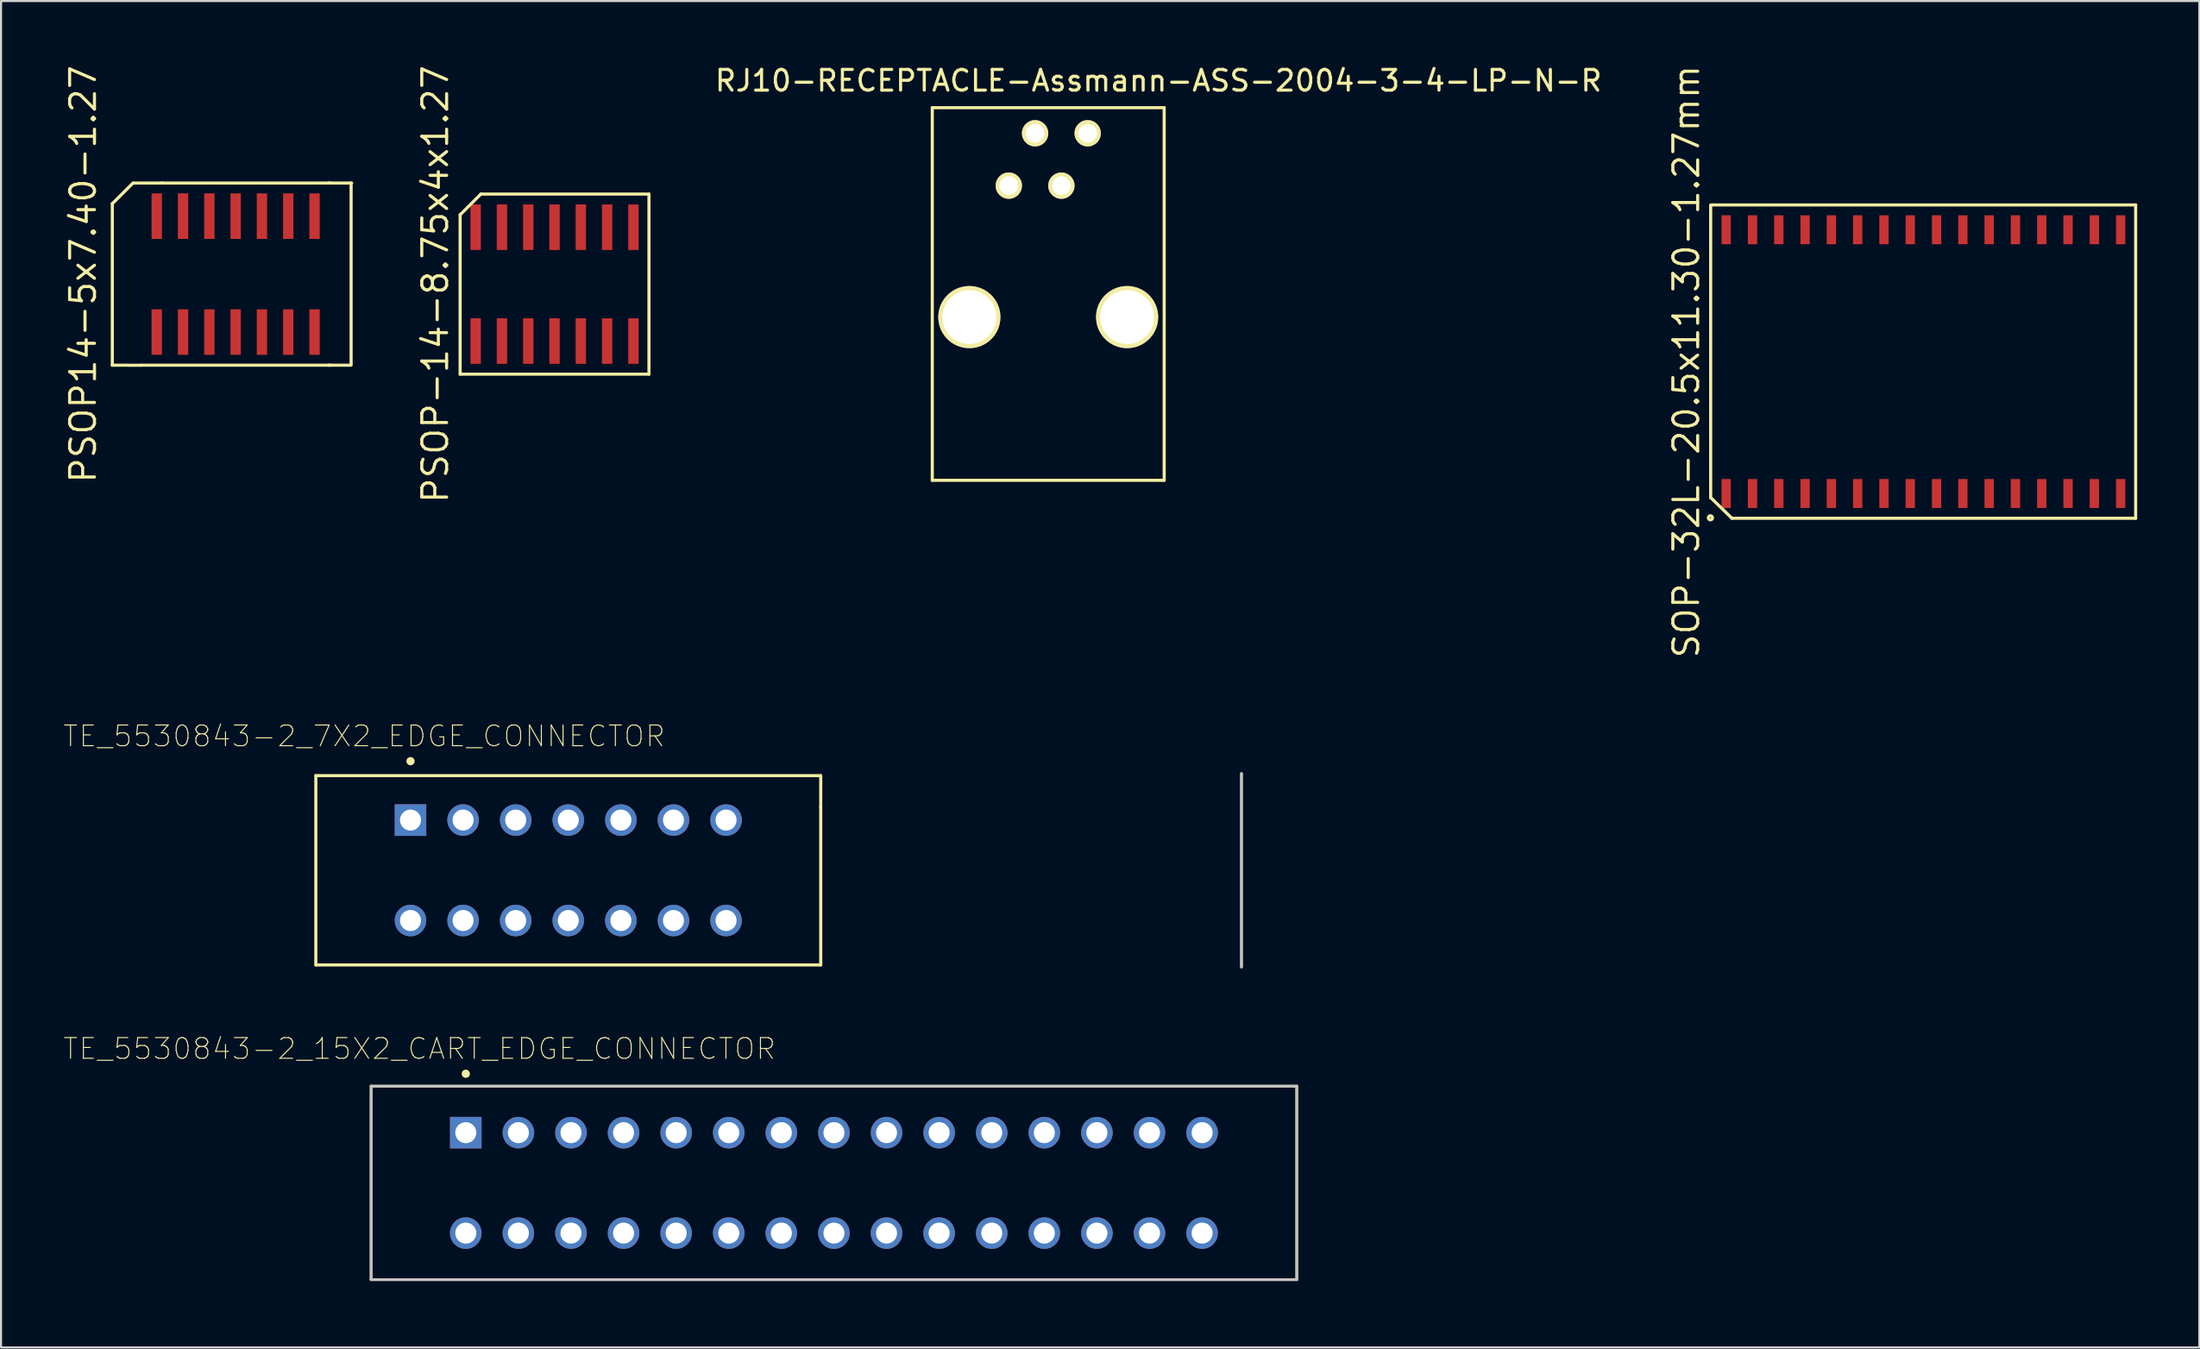
<source format=kicad_pcb>
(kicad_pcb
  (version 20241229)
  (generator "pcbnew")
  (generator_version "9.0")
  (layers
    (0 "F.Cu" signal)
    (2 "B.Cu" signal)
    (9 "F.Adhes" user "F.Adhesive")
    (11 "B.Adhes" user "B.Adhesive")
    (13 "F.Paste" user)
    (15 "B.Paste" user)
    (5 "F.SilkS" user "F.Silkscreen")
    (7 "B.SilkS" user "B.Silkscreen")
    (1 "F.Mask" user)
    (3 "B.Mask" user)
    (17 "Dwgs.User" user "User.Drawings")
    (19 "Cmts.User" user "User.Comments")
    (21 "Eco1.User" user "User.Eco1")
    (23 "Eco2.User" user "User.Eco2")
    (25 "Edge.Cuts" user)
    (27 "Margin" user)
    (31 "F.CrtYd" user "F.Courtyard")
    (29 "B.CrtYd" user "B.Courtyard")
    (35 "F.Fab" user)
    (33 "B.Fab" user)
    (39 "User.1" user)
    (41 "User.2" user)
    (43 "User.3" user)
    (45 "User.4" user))
  (footprint "SOP-32L-20.5x11.30-1.27mm"
    (layer "F.Cu")
    (at 89.841 14.419)
    (property "Reference" "SOP-32L-20.5x11.30-1.27mm" (at -11.45 0 90) (layer "F.SilkS") (effects (font (size 1.2 1.2) (thickness 0.15))))
    (attr through_hole)
    (fp_line (start -10.275 -7.561) (end -10.275 6.579) (stroke (width 0.15) (type solid)) (layer "F.SilkS"))
    (fp_line (start -10.262 6.579) (end -9.246 7.569) (stroke (width 0.15) (type solid)) (layer "F.SilkS"))
    (fp_line (start -10.25 -7.568) (end 10.25 -7.568) (stroke (width 0.15) (type solid)) (layer "F.SilkS"))
    (fp_line (start 10.25 7.568) (end -9.25 7.568) (stroke (width 0.15) (type solid)) (layer "F.SilkS"))
    (fp_line (start 10.25 7.57) (end 10.25 -7.57) (stroke (width 0.15) (type solid)) (layer "F.SilkS"))
    (fp_circle (center -10.287 7.544) (end -10.287 7.569) (stroke (width 0.15) (type solid)) (fill no) (layer "F.SilkS"))
    (pad "1" smd rect (at -9.525 6.37) (size 0.45 1.4) (layers "F.Cu" "F.Mask" "F.Paste"))
    (pad "2" smd rect (at -8.255 6.37) (size 0.45 1.4) (layers "F.Cu" "F.Mask" "F.Paste"))
    (pad "3" smd rect (at -6.985 6.37) (size 0.45 1.4) (layers "F.Cu" "F.Mask" "F.Paste"))
    (pad "4" smd rect (at -5.715 6.37) (size 0.45 1.4) (layers "F.Cu" "F.Mask" "F.Paste"))
    (pad "5" smd rect (at -4.445 6.37) (size 0.45 1.4) (layers "F.Cu" "F.Mask" "F.Paste"))
    (pad "6" smd rect (at -3.175 6.37) (size 0.45 1.4) (layers "F.Cu" "F.Mask" "F.Paste"))
    (pad "7" smd rect (at -1.905 6.37) (size 0.45 1.4) (layers "F.Cu" "F.Mask" "F.Paste"))
    (pad "8" smd rect (at -0.635 6.37) (size 0.45 1.4) (layers "F.Cu" "F.Mask" "F.Paste"))
    (pad "9" smd rect (at 0.635 6.37) (size 0.45 1.4) (layers "F.Cu" "F.Mask" "F.Paste"))
    (pad "10" smd rect (at 1.905 6.37) (size 0.45 1.4) (layers "F.Cu" "F.Mask" "F.Paste"))
    (pad "11" smd rect (at 3.175 6.37) (size 0.45 1.4) (layers "F.Cu" "F.Mask" "F.Paste"))
    (pad "12" smd rect (at 4.445 6.37) (size 0.45 1.4) (layers "F.Cu" "F.Mask" "F.Paste"))
    (pad "13" smd rect (at 5.715 6.37) (size 0.45 1.4) (layers "F.Cu" "F.Mask" "F.Paste"))
    (pad "14" smd rect (at 6.985 6.37) (size 0.45 1.4) (layers "F.Cu" "F.Mask" "F.Paste"))
    (pad "15" smd rect (at 8.255 6.37) (size 0.45 1.4) (layers "F.Cu" "F.Mask" "F.Paste"))
    (pad "16" smd rect (at 9.525 6.37) (size 0.45 1.4) (layers "F.Cu" "F.Mask" "F.Paste"))
    (pad "17" smd rect (at 9.525 -6.37) (size 0.45 1.4) (layers "F.Cu" "F.Mask" "F.Paste"))
    (pad "18" smd rect (at 8.255 -6.37) (size 0.45 1.4) (layers "F.Cu" "F.Mask" "F.Paste"))
    (pad "19" smd rect (at 6.985 -6.37) (size 0.45 1.4) (layers "F.Cu" "F.Mask" "F.Paste"))
    (pad "20" smd rect (at 5.715 -6.37) (size 0.45 1.4) (layers "F.Cu" "F.Mask" "F.Paste"))
    (pad "21" smd rect (at 4.445 -6.37) (size 0.45 1.4) (layers "F.Cu" "F.Mask" "F.Paste"))
    (pad "22" smd rect (at 3.175 -6.37) (size 0.45 1.4) (layers "F.Cu" "F.Mask" "F.Paste"))
    (pad "23" smd rect (at 1.905 -6.37) (size 0.45 1.4) (layers "F.Cu" "F.Mask" "F.Paste"))
    (pad "24" smd rect (at 0.635 -6.37) (size 0.45 1.4) (layers "F.Cu" "F.Mask" "F.Paste"))
    (pad "25" smd rect (at -0.635 -6.37) (size 0.45 1.4) (layers "F.Cu" "F.Mask" "F.Paste"))
    (pad "26" smd rect (at -1.905 -6.37) (size 0.45 1.4) (layers "F.Cu" "F.Mask" "F.Paste"))
    (pad "27" smd rect (at -3.175 -6.37) (size 0.45 1.4) (layers "F.Cu" "F.Mask" "F.Paste"))
    (pad "28" smd rect (at -4.445 -6.37) (size 0.45 1.4) (layers "F.Cu" "F.Mask" "F.Paste"))
    (pad "29" smd rect (at -5.715 -6.37) (size 0.45 1.4) (layers "F.Cu" "F.Mask" "F.Paste"))
    (pad "30" smd rect (at -6.985 -6.37) (size 0.45 1.4) (layers "F.Cu" "F.Mask" "F.Paste"))
    (pad "31" smd rect (at -8.255 -6.37) (size 0.45 1.4) (layers "F.Cu" "F.Mask" "F.Paste"))
    (pad "32" smd rect (at -9.525 -6.37) (size 0.45 1.4) (layers "F.Cu" "F.Mask" "F.Paste")))
  (footprint "TE_5530843-2_7X2_EDGE_CONNECTOR"
    (layer "F.Cu")
    (at 34.555 38.991)
    (property "Reference" "TE_5530843-2_7X2_EDGE_CONNECTOR" (at -20.017 -6.479 0) (layer "F.SilkS") (effects (font (size 1.001 1.001) (thickness 0.05))))
    (attr through_hole)
    (fp_line (start -22.352 -4.572) (end -22.352 4.572) (stroke (width 0.15) (type solid)) (layer "F.SilkS"))
    (fp_line (start -22.352 4.572) (end 2.032 4.572) (stroke (width 0.15) (type solid)) (layer "F.SilkS"))
    (fp_line (start 2.032 -4.572) (end -22.352 -4.572) (stroke (width 0.15) (type solid)) (layer "F.SilkS"))
    (fp_line (start 2.032 -3.048) (end 2.032 -4.572) (stroke (width 0.15) (type solid)) (layer "F.SilkS"))
    (fp_line (start 2.032 -3.048) (end 2.032 4.572) (stroke (width 0.15) (type solid)) (layer "F.SilkS"))
    (fp_line (start 22.352 -4.673) (end 22.352 4.674) (stroke (width 0.127) (type solid)) (layer "F.SilkS"))
    (fp_circle (center -17.78 -5.271) (end -17.68 -5.271) (stroke (width 0.2) (type solid)) (fill no) (layer "F.SilkS"))
    (fp_line (start 22.352 -4.673) (end 22.352 4.674) (stroke (width 0.127) (type solid)) (layer "Dwgs.User"))
    (fp_line (start 22.602 -4.923) (end 22.602 4.924) (stroke (width 0.05) (type solid)) (layer "Eco1.User"))
    (pad "1" thru_hole rect (at -17.78 -2.426) (size 1.524 1.524) (drill 1.016) (layers "*.Cu" "*.Mask"))
    (pad "2" thru_hole circle (at -15.24 -2.426) (size 1.524 1.524) (drill 1.016) (layers "*.Cu" "*.Mask"))
    (pad "3" thru_hole circle (at -12.7 -2.426) (size 1.524 1.524) (drill 1.016) (layers "*.Cu" "*.Mask"))
    (pad "4" thru_hole circle (at -10.16 -2.426) (size 1.524 1.524) (drill 1.016) (layers "*.Cu" "*.Mask"))
    (pad "5" thru_hole circle (at -7.62 -2.426) (size 1.524 1.524) (drill 1.016) (layers "*.Cu" "*.Mask"))
    (pad "6" thru_hole circle (at -5.08 -2.426) (size 1.524 1.524) (drill 1.016) (layers "*.Cu" "*.Mask"))
    (pad "7" thru_hole circle (at -2.54 -2.426) (size 1.524 1.524) (drill 1.016) (layers "*.Cu" "*.Mask"))
    (pad "A" thru_hole circle (at -17.78 2.426) (size 1.524 1.524) (drill 1.016) (layers "*.Cu" "*.Mask"))
    (pad "B" thru_hole circle (at -15.24 2.426) (size 1.524 1.524) (drill 1.016) (layers "*.Cu" "*.Mask"))
    (pad "C" thru_hole circle (at -12.7 2.426) (size 1.524 1.524) (drill 1.016) (layers "*.Cu" "*.Mask"))
    (pad "D" thru_hole circle (at -10.16 2.426) (size 1.524 1.524) (drill 1.016) (layers "*.Cu" "*.Mask"))
    (pad "E" thru_hole circle (at -7.62 2.426) (size 1.524 1.524) (drill 1.016) (layers "*.Cu" "*.Mask"))
    (pad "F" thru_hole circle (at -5.08 2.426) (size 1.524 1.524) (drill 1.016) (layers "*.Cu" "*.Mask"))
    (pad "H" thru_hole circle (at -2.54 2.426) (size 1.524 1.524) (drill 1.016) (layers "*.Cu" "*.Mask")))
  (footprint "RJ10-RECEPTACLE-Assmann-ASS-2004-3-4-LP-N-R"
    (layer "F.Cu")
    (at 41.974 2.118)
    (property "Reference" "RJ10-RECEPTACLE-Assmann-ASS-2004-3-4-LP-N-R" (at 10.922 -1.27 0) (layer "F.SilkS") (effects (font (size 1 1) (thickness 0.15))))
    (attr through_hole)
    (fp_line (start 0 0.034) (end 11.2 0.034) (stroke (width 0.15) (type solid)) (layer "F.SilkS"))
    (fp_line (start 0 18.034) (end 0 0.034) (stroke (width 0.15) (type solid)) (layer "F.SilkS"))
    (fp_line (start 0 18.034) (end 11.2 18.034) (stroke (width 0.15) (type solid)) (layer "F.SilkS"))
    (fp_line (start 11.2 18.034) (end 11.2 0.034) (stroke (width 0.15) (type solid)) (layer "F.SilkS"))
    (pad "1" thru_hole circle (at 3.695 3.8) (size 1.27 1.27) (drill 0.9) (layers "*.Cu" "*.Mask" "F.SilkS"))
    (pad "2" thru_hole circle (at 4.965 1.27) (size 1.27 1.27) (drill 0.9) (layers "*.Cu" "*.Mask" "F.SilkS"))
    (pad "3" thru_hole circle (at 6.235 3.8) (size 1.27 1.27) (drill 0.9) (layers "*.Cu" "*.Mask" "F.SilkS"))
    (pad "4" thru_hole circle (at 7.505 1.27) (size 1.27 1.27) (drill 0.9) (layers "*.Cu" "*.Mask" "F.SilkS"))
    (pad "5" thru_hole circle (at 1.79 10.15) (size 3 3) (drill 2.6) (layers "*.Cu" "*.Mask" "F.SilkS"))
    (pad "5" thru_hole circle (at 9.41 10.15) (size 3 3) (drill 2.6) (layers "*.Cu" "*.Mask" "F.SilkS")))
  (footprint "PSOP-14-8.75x4x1.27"
    (layer "F.Cu")
    (at 23.732 10.676)
    (property "Reference" "PSOP-14-8.75x4x1.27" (at -5.76 0 90) (layer "F.SilkS") (effects (font (size 1.2 1.2) (thickness 0.15))))
    (attr through_hole)
    (fp_line (start -4.56 -3.35) (end -4.56 4.35) (stroke (width 0.15) (type solid)) (layer "F.SilkS"))
    (fp_line (start -4.56 4.35) (end 4.56 4.35) (stroke (width 0.15) (type solid)) (layer "F.SilkS"))
    (fp_line (start -3.56 -4.35) (end -4.56 -3.35) (stroke (width 0.15) (type solid)) (layer "F.SilkS"))
    (fp_line (start 4.56 -4.35) (end -3.56 -4.35) (stroke (width 0.15) (type solid)) (layer "F.SilkS"))
    (fp_line (start 4.56 4.35) (end 4.56 -4.35) (stroke (width 0.15) (type solid)) (layer "F.SilkS"))
    (pad "1" smd rect (at -3.81 2.75) (size 0.5 2.2) (layers "F.Cu" "F.Mask" "F.Paste"))
    (pad "2" smd rect (at -2.54 2.75) (size 0.5 2.2) (layers "F.Cu" "F.Mask" "F.Paste"))
    (pad "3" smd rect (at -1.27 2.75) (size 0.5 2.2) (layers "F.Cu" "F.Mask" "F.Paste"))
    (pad "4" smd rect (at 0 2.75) (size 0.5 2.2) (layers "F.Cu" "F.Mask" "F.Paste"))
    (pad "5" smd rect (at 1.27 2.75) (size 0.5 2.2) (layers "F.Cu" "F.Mask" "F.Paste"))
    (pad "6" smd rect (at 2.54 2.75) (size 0.5 2.2) (layers "F.Cu" "F.Mask" "F.Paste"))
    (pad "7" smd rect (at 3.81 2.75) (size 0.5 2.2) (layers "F.Cu" "F.Mask" "F.Paste"))
    (pad "8" smd rect (at 3.81 -2.75) (size 0.5 2.2) (layers "F.Cu" "F.Mask" "F.Paste"))
    (pad "9" smd rect (at 2.54 -2.75) (size 0.5 2.2) (layers "F.Cu" "F.Mask" "F.Paste"))
    (pad "10" smd rect (at 1.27 -2.75) (size 0.5 2.2) (layers "F.Cu" "F.Mask" "F.Paste"))
    (pad "11" smd rect (at 0 -2.75) (size 0.5 2.2) (layers "F.Cu" "F.Mask" "F.Paste"))
    (pad "12" smd rect (at -1.27 -2.75) (size 0.5 2.2) (layers "F.Cu" "F.Mask" "F.Paste"))
    (pad "13" smd rect (at -2.54 -2.75) (size 0.5 2.2) (layers "F.Cu" "F.Mask" "F.Paste"))
    (pad "14" smd rect (at -3.81 -2.75) (size 0.5 2.2) (layers "F.Cu" "F.Mask" "F.Paste")))
  (footprint "PSOP14-5x7.40-1.27"
    (layer "F.Cu")
    (at 8.331 10.191)
    (property "Reference" "PSOP14-5x7.40-1.27" (at -7.366 0 90) (layer "F.SilkS") (effects (font (size 1.2 1.2) (thickness 0.15))))
    (attr through_hole)
    (fp_line (start -5.957 -3.4) (end -5.957 4.4) (stroke (width 0.15) (type solid)) (layer "F.SilkS"))
    (fp_line (start -4.957 -4.4) (end -5.957 -3.4) (stroke (width 0.15) (type solid)) (layer "F.SilkS"))
    (fp_line (start -4.562 4.404) (end -5.959 4.399) (stroke (width 0.15) (type solid)) (layer "F.SilkS"))
    (fp_line (start -4.56 4.4) (end 4.56 4.4) (stroke (width 0.15) (type solid)) (layer "F.SilkS"))
    (fp_line (start -3.543 -4.399) (end -4.928 -4.399) (stroke (width 0.15) (type solid)) (layer "F.SilkS"))
    (fp_line (start 4.5 4.4) (end 5.5 4.4) (stroke (width 0.15) (type solid)) (layer "F.SilkS"))
    (fp_line (start 4.56 -4.4) (end -3.56 -4.4) (stroke (width 0.15) (type solid)) (layer "F.SilkS"))
    (fp_line (start 5.576 4.4) (end 5.576 -4.4) (stroke (width 0.15) (type solid)) (layer "F.SilkS"))
    (fp_line (start 5.6 -4.4) (end 4.5 -4.4) (stroke (width 0.15) (type solid)) (layer "F.SilkS"))
    (pad "1" smd rect (at -3.81 2.8) (size 0.5 2.2) (layers "F.Cu" "F.Mask" "F.Paste"))
    (pad "2" smd rect (at -2.54 2.8) (size 0.5 2.2) (layers "F.Cu" "F.Mask" "F.Paste"))
    (pad "3" smd rect (at -1.27 2.8) (size 0.5 2.2) (layers "F.Cu" "F.Mask" "F.Paste"))
    (pad "4" smd rect (at 0 2.8) (size 0.5 2.2) (layers "F.Cu" "F.Mask" "F.Paste"))
    (pad "5" smd rect (at 1.27 2.8) (size 0.5 2.2) (layers "F.Cu" "F.Mask" "F.Paste"))
    (pad "6" smd rect (at 2.54 2.8) (size 0.5 2.2) (layers "F.Cu" "F.Mask" "F.Paste"))
    (pad "7" smd rect (at 3.81 2.8) (size 0.5 2.2) (layers "F.Cu" "F.Mask" "F.Paste"))
    (pad "8" smd rect (at 3.81 -2.8) (size 0.5 2.2) (layers "F.Cu" "F.Mask" "F.Paste"))
    (pad "9" smd rect (at 2.54 -2.8) (size 0.5 2.2) (layers "F.Cu" "F.Mask" "F.Paste"))
    (pad "10" smd rect (at 1.27 -2.8) (size 0.5 2.2) (layers "F.Cu" "F.Mask" "F.Paste"))
    (pad "11" smd rect (at 0 -2.8) (size 0.5 2.2) (layers "F.Cu" "F.Mask" "F.Paste"))
    (pad "12" smd rect (at -1.27 -2.8) (size 0.5 2.2) (layers "F.Cu" "F.Mask" "F.Paste"))
    (pad "13" smd rect (at -2.54 -2.8) (size 0.5 2.2) (layers "F.Cu" "F.Mask" "F.Paste"))
    (pad "14" smd rect (at -3.81 -2.8) (size 0.5 2.2) (layers "F.Cu" "F.Mask" "F.Paste")))
  (footprint "TE_5530843-2_15X2_CART_EDGE_CONNECTOR"
    (layer "F.Cu")
    (at 37.225 54.091)
    (property "Reference" "TE_5530843-2_15X2_CART_EDGE_CONNECTOR" (at -20.017 -6.479 0) (layer "F.SilkS") (effects (font (size 1.001 1.001) (thickness 0.05))))
    (attr through_hole)
    (fp_line (start -22.352 -4.673) (end 22.352 -4.673) (stroke (width 0.127) (type solid)) (layer "F.SilkS"))
    (fp_line (start -22.352 4.674) (end -22.352 -4.673) (stroke (width 0.127) (type solid)) (layer "F.SilkS"))
    (fp_line (start 22.352 -4.673) (end 22.352 4.674) (stroke (width 0.127) (type solid)) (layer "F.SilkS"))
    (fp_line (start 22.352 4.674) (end -22.352 4.674) (stroke (width 0.127) (type solid)) (layer "F.SilkS"))
    (fp_circle (center -17.78 -5.271) (end -17.68 -5.271) (stroke (width 0.2) (type solid)) (fill no) (layer "F.SilkS"))
    (fp_line (start -22.352 -4.673) (end 22.352 -4.673) (stroke (width 0.127) (type solid)) (layer "Dwgs.User"))
    (fp_line (start -22.352 4.674) (end -22.352 -4.673) (stroke (width 0.127) (type solid)) (layer "Dwgs.User"))
    (fp_line (start 22.352 -4.673) (end 22.352 4.674) (stroke (width 0.127) (type solid)) (layer "Dwgs.User"))
    (fp_line (start 22.352 4.674) (end -22.352 4.674) (stroke (width 0.127) (type solid)) (layer "Dwgs.User"))
    (fp_line (start -22.602 -4.923) (end 22.602 -4.923) (stroke (width 0.05) (type solid)) (layer "Eco1.User"))
    (fp_line (start -22.602 4.924) (end -22.602 -4.923) (stroke (width 0.05) (type solid)) (layer "Eco1.User"))
    (fp_line (start 22.602 -4.923) (end 22.602 4.924) (stroke (width 0.05) (type solid)) (layer "Eco1.User"))
    (fp_line (start 22.602 4.924) (end -22.602 4.924) (stroke (width 0.05) (type solid)) (layer "Eco1.User"))
    (pad "1" thru_hole rect (at -17.78 -2.426) (size 1.524 1.524) (drill 1.016) (layers "*.Cu" "*.Mask"))
    (pad "2" thru_hole circle (at -15.24 -2.426) (size 1.524 1.524) (drill 1.016) (layers "*.Cu" "*.Mask"))
    (pad "3" thru_hole circle (at -12.7 -2.426) (size 1.524 1.524) (drill 1.016) (layers "*.Cu" "*.Mask"))
    (pad "4" thru_hole circle (at -10.16 -2.426) (size 1.524 1.524) (drill 1.016) (layers "*.Cu" "*.Mask"))
    (pad "5" thru_hole circle (at -7.62 -2.426) (size 1.524 1.524) (drill 1.016) (layers "*.Cu" "*.Mask"))
    (pad "6" thru_hole circle (at -5.08 -2.426) (size 1.524 1.524) (drill 1.016) (layers "*.Cu" "*.Mask"))
    (pad "7" thru_hole circle (at -2.54 -2.426) (size 1.524 1.524) (drill 1.016) (layers "*.Cu" "*.Mask"))
    (pad "8" thru_hole circle (at 0 -2.426) (size 1.524 1.524) (drill 1.016) (layers "*.Cu" "*.Mask"))
    (pad "9" thru_hole circle (at 2.54 -2.426) (size 1.524 1.524) (drill 1.016) (layers "*.Cu" "*.Mask"))
    (pad "10" thru_hole circle (at 5.08 -2.426) (size 1.524 1.524) (drill 1.016) (layers "*.Cu" "*.Mask"))
    (pad "11" thru_hole circle (at 7.62 -2.426) (size 1.524 1.524) (drill 1.016) (layers "*.Cu" "*.Mask"))
    (pad "12" thru_hole circle (at 10.16 -2.426) (size 1.524 1.524) (drill 1.016) (layers "*.Cu" "*.Mask"))
    (pad "13" thru_hole circle (at 12.7 -2.426) (size 1.524 1.524) (drill 1.016) (layers "*.Cu" "*.Mask"))
    (pad "14" thru_hole circle (at 15.24 -2.426) (size 1.524 1.524) (drill 1.016) (layers "*.Cu" "*.Mask"))
    (pad "15" thru_hole circle (at 17.78 -2.426) (size 1.524 1.524) (drill 1.016) (layers "*.Cu" "*.Mask"))
    (pad "A" thru_hole circle (at -17.78 2.426) (size 1.524 1.524) (drill 1.016) (layers "*.Cu" "*.Mask"))
    (pad "B" thru_hole circle (at -15.24 2.426) (size 1.524 1.524) (drill 1.016) (layers "*.Cu" "*.Mask"))
    (pad "C" thru_hole circle (at -12.7 2.426) (size 1.524 1.524) (drill 1.016) (layers "*.Cu" "*.Mask"))
    (pad "D" thru_hole circle (at -10.16 2.426) (size 1.524 1.524) (drill 1.016) (layers "*.Cu" "*.Mask"))
    (pad "E" thru_hole circle (at -7.62 2.426) (size 1.524 1.524) (drill 1.016) (layers "*.Cu" "*.Mask"))
    (pad "F" thru_hole circle (at -5.08 2.426) (size 1.524 1.524) (drill 1.016) (layers "*.Cu" "*.Mask"))
    (pad "H" thru_hole circle (at -2.54 2.426) (size 1.524 1.524) (drill 1.016) (layers "*.Cu" "*.Mask"))
    (pad "J" thru_hole circle (at 0 2.426) (size 1.524 1.524) (drill 1.016) (layers "*.Cu" "*.Mask"))
    (pad "K" thru_hole circle (at 2.54 2.426) (size 1.524 1.524) (drill 1.016) (layers "*.Cu" "*.Mask"))
    (pad "L" thru_hole circle (at 5.08 2.426) (size 1.524 1.524) (drill 1.016) (layers "*.Cu" "*.Mask"))
    (pad "M" thru_hole circle (at 7.62 2.426) (size 1.524 1.524) (drill 1.016) (layers "*.Cu" "*.Mask"))
    (pad "N" thru_hole circle (at 10.16 2.426) (size 1.524 1.524) (drill 1.016) (layers "*.Cu" "*.Mask"))
    (pad "P" thru_hole circle (at 12.7 2.426) (size 1.524 1.524) (drill 1.016) (layers "*.Cu" "*.Mask"))
    (pad "R" thru_hole circle (at 15.24 2.426) (size 1.524 1.524) (drill 1.016) (layers "*.Cu" "*.Mask"))
    (pad "S" thru_hole circle (at 17.78 2.426) (size 1.524 1.524) (drill 1.016) (layers "*.Cu" "*.Mask")))
  (gr_rect
    (start -3 -3)
    (end 103.166 62.04)
    (stroke (width 0.1) (type default))
    (fill no)
    (layer "Edge.Cuts")))
</source>
